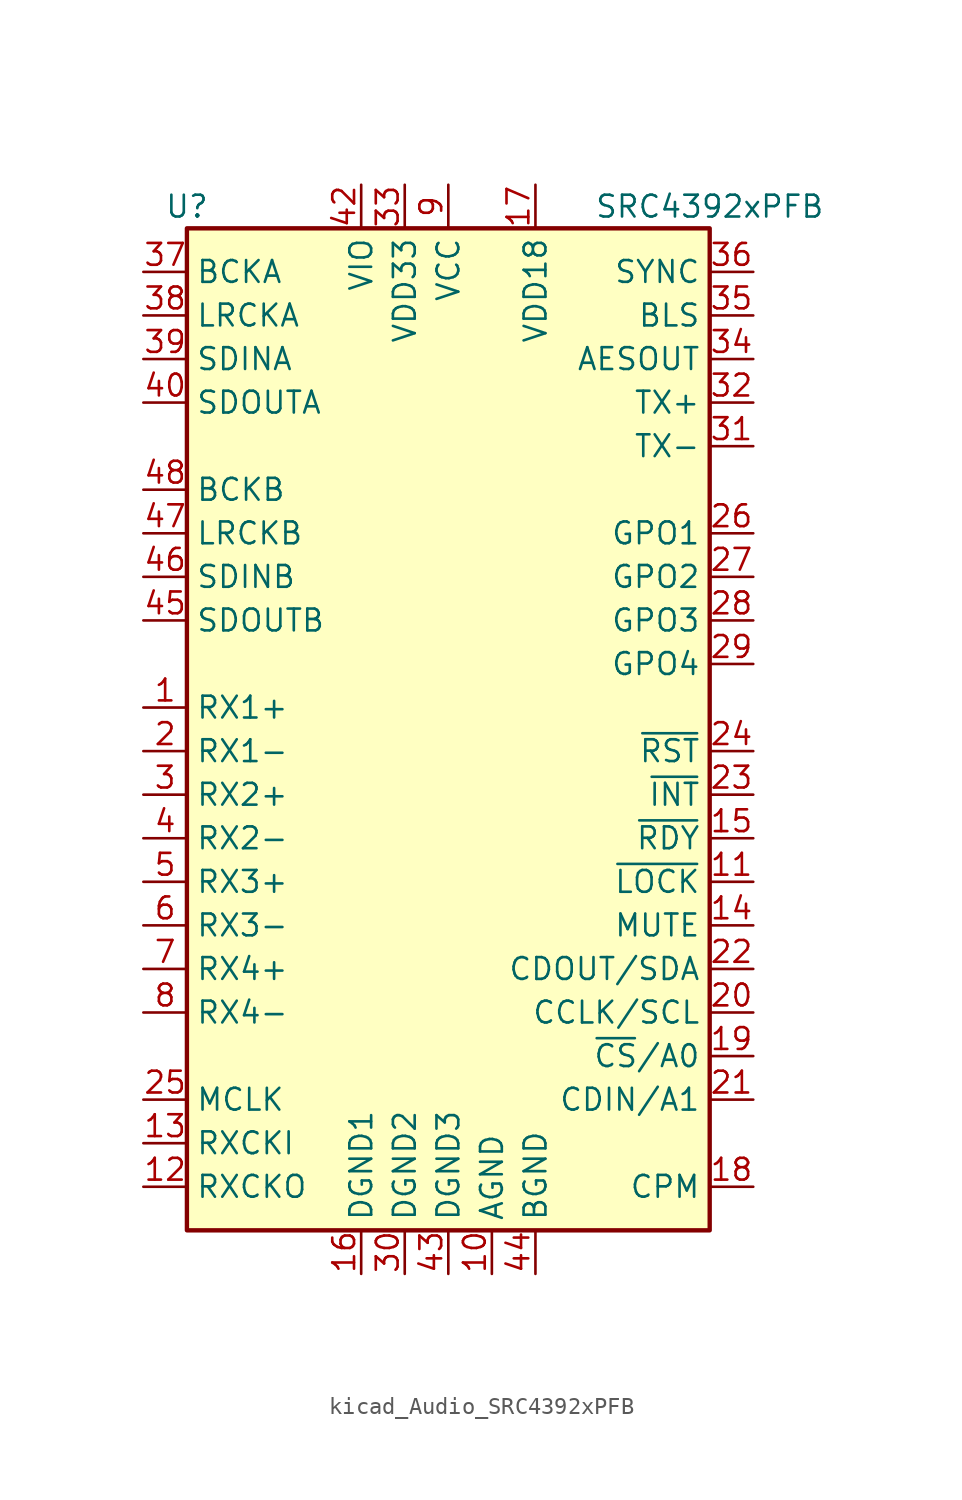
<source format=kicad_sym>
(kicad_symbol_lib
  (version 20220914)
  (generator kicad_symbol_editor)
  (symbol "kicad_Audio_SRC4392xPFB"
    (property "Reference" "U"
      (at -15.24 31.75 0)
      (effects (font (size 1.27 1.27))))
    (property "Value" "SRC4392xPFB"
      (at 15.24 31.75 0)
      (effects (font (size 1.27 1.27))))
    (symbol "kicad_Audio_SRC4392xPFB_0_1"
      (rectangle (start -15.24 30.48) (end 15.24 -27.94) (stroke (width 0.254) (type default)) (fill (type background))))
    (symbol "kicad_Audio_SRC4392xPFB_1_1"
      (pin input line (at -17.78 2.54 0) (length 2.54) (name "RX1+" (effects (font (size 1.27 1.27)))) (number "1" (effects (font (size 1.27 1.27)))))
      (pin power_in line (at 2.54 -30.48 90) (length 2.54) (name "AGND" (effects (font (size 1.27 1.27)))) (number "10" (effects (font (size 1.27 1.27)))))
      (pin output line (at 17.78 -7.62 180) (length 2.54) (name "~{LOCK}" (effects (font (size 1.27 1.27)))) (number "11" (effects (font (size 1.27 1.27)))))
      (pin output line (at -17.78 -25.4 0) (length 2.54) (name "RXCKO" (effects (font (size 1.27 1.27)))) (number "12" (effects (font (size 1.27 1.27)))))
      (pin input line (at -17.78 -22.86 0) (length 2.54) (name "RXCKI" (effects (font (size 1.27 1.27)))) (number "13" (effects (font (size 1.27 1.27)))))
      (pin input line (at 17.78 -10.16 180) (length 2.54) (name "MUTE" (effects (font (size 1.27 1.27)))) (number "14" (effects (font (size 1.27 1.27)))))
      (pin output line (at 17.78 -5.08 180) (length 2.54) (name "~{RDY}" (effects (font (size 1.27 1.27)))) (number "15" (effects (font (size 1.27 1.27)))))
      (pin power_in line (at -5.08 -30.48 90) (length 2.54) (name "DGND1" (effects (font (size 1.27 1.27)))) (number "16" (effects (font (size 1.27 1.27)))))
      (pin power_in line (at 5.08 33.02 270) (length 2.54) (name "VDD18" (effects (font (size 1.27 1.27)))) (number "17" (effects (font (size 1.27 1.27)))))
      (pin input line (at 17.78 -25.4 180) (length 2.54) (name "CPM" (effects (font (size 1.27 1.27)))) (number "18" (effects (font (size 1.27 1.27)))))
      (pin input line (at 17.78 -17.78 180) (length 2.54) (name "~{CS}/A0" (effects (font (size 1.27 1.27)))) (number "19" (effects (font (size 1.27 1.27)))))
      (pin input line (at -17.78 0 0) (length 2.54) (name "RX1-" (effects (font (size 1.27 1.27)))) (number "2" (effects (font (size 1.27 1.27)))))
      (pin input line (at 17.78 -15.24 180) (length 2.54) (name "CCLK/SCL" (effects (font (size 1.27 1.27)))) (number "20" (effects (font (size 1.27 1.27)))))
      (pin input line (at 17.78 -20.32 180) (length 2.54) (name "CDIN/A1" (effects (font (size 1.27 1.27)))) (number "21" (effects (font (size 1.27 1.27)))))
      (pin bidirectional line (at 17.78 -12.7 180) (length 2.54) (name "CDOUT/SDA" (effects (font (size 1.27 1.27)))) (number "22" (effects (font (size 1.27 1.27)))))
      (pin open_collector line (at 17.78 -2.54 180) (length 2.54) (name "~{INT}" (effects (font (size 1.27 1.27)))) (number "23" (effects (font (size 1.27 1.27)))))
      (pin input line (at 17.78 0 180) (length 2.54) (name "~{RST}" (effects (font (size 1.27 1.27)))) (number "24" (effects (font (size 1.27 1.27)))))
      (pin input line (at -17.78 -20.32 0) (length 2.54) (name "MCLK" (effects (font (size 1.27 1.27)))) (number "25" (effects (font (size 1.27 1.27)))))
      (pin output line (at 17.78 12.7 180) (length 2.54) (name "GPO1" (effects (font (size 1.27 1.27)))) (number "26" (effects (font (size 1.27 1.27)))))
      (pin output line (at 17.78 10.16 180) (length 2.54) (name "GPO2" (effects (font (size 1.27 1.27)))) (number "27" (effects (font (size 1.27 1.27)))))
      (pin output line (at 17.78 7.62 180) (length 2.54) (name "GPO3" (effects (font (size 1.27 1.27)))) (number "28" (effects (font (size 1.27 1.27)))))
      (pin output line (at 17.78 5.08 180) (length 2.54) (name "GPO4" (effects (font (size 1.27 1.27)))) (number "29" (effects (font (size 1.27 1.27)))))
      (pin input line (at -17.78 -2.54 0) (length 2.54) (name "RX2+" (effects (font (size 1.27 1.27)))) (number "3" (effects (font (size 1.27 1.27)))))
      (pin power_in line (at -2.54 -30.48 90) (length 2.54) (name "DGND2" (effects (font (size 1.27 1.27)))) (number "30" (effects (font (size 1.27 1.27)))))
      (pin output line (at 17.78 17.78 180) (length 2.54) (name "TX-" (effects (font (size 1.27 1.27)))) (number "31" (effects (font (size 1.27 1.27)))))
      (pin output line (at 17.78 20.32 180) (length 2.54) (name "TX+" (effects (font (size 1.27 1.27)))) (number "32" (effects (font (size 1.27 1.27)))))
      (pin power_in line (at -2.54 33.02 270) (length 2.54) (name "VDD33" (effects (font (size 1.27 1.27)))) (number "33" (effects (font (size 1.27 1.27)))))
      (pin output line (at 17.78 22.86 180) (length 2.54) (name "AESOUT" (effects (font (size 1.27 1.27)))) (number "34" (effects (font (size 1.27 1.27)))))
      (pin bidirectional line (at 17.78 25.4 180) (length 2.54) (name "BLS" (effects (font (size 1.27 1.27)))) (number "35" (effects (font (size 1.27 1.27)))))
      (pin output line (at 17.78 27.94 180) (length 2.54) (name "SYNC" (effects (font (size 1.27 1.27)))) (number "36" (effects (font (size 1.27 1.27)))))
      (pin bidirectional line (at -17.78 27.94 0) (length 2.54) (name "BCKA" (effects (font (size 1.27 1.27)))) (number "37" (effects (font (size 1.27 1.27)))))
      (pin bidirectional line (at -17.78 25.4 0) (length 2.54) (name "LRCKA" (effects (font (size 1.27 1.27)))) (number "38" (effects (font (size 1.27 1.27)))))
      (pin input line (at -17.78 22.86 0) (length 2.54) (name "SDINA" (effects (font (size 1.27 1.27)))) (number "39" (effects (font (size 1.27 1.27)))))
      (pin input line (at -17.78 -5.08 0) (length 2.54) (name "RX2-" (effects (font (size 1.27 1.27)))) (number "4" (effects (font (size 1.27 1.27)))))
      (pin output line (at -17.78 20.32 0) (length 2.54) (name "SDOUTA" (effects (font (size 1.27 1.27)))) (number "40" (effects (font (size 1.27 1.27)))))
      (pin no_connect line (at 10.16 -27.94 90) (length 2.54) hide (name "NC" (effects (font (size 1.27 1.27)))) (number "41" (effects (font (size 1.27 1.27)))))
      (pin power_in line (at -5.08 33.02 270) (length 2.54) (name "VIO" (effects (font (size 1.27 1.27)))) (number "42" (effects (font (size 1.27 1.27)))))
      (pin power_in line (at 0 -30.48 90) (length 2.54) (name "DGND3" (effects (font (size 1.27 1.27)))) (number "43" (effects (font (size 1.27 1.27)))))
      (pin power_in line (at 5.08 -30.48 90) (length 2.54) (name "BGND" (effects (font (size 1.27 1.27)))) (number "44" (effects (font (size 1.27 1.27)))))
      (pin output line (at -17.78 7.62 0) (length 2.54) (name "SDOUTB" (effects (font (size 1.27 1.27)))) (number "45" (effects (font (size 1.27 1.27)))))
      (pin input line (at -17.78 10.16 0) (length 2.54) (name "SDINB" (effects (font (size 1.27 1.27)))) (number "46" (effects (font (size 1.27 1.27)))))
      (pin bidirectional line (at -17.78 12.7 0) (length 2.54) (name "LRCKB" (effects (font (size 1.27 1.27)))) (number "47" (effects (font (size 1.27 1.27)))))
      (pin bidirectional line (at -17.78 15.24 0) (length 2.54) (name "BCKB" (effects (font (size 1.27 1.27)))) (number "48" (effects (font (size 1.27 1.27)))))
      (pin input line (at -17.78 -7.62 0) (length 2.54) (name "RX3+" (effects (font (size 1.27 1.27)))) (number "5" (effects (font (size 1.27 1.27)))))
      (pin input line (at -17.78 -10.16 0) (length 2.54) (name "RX3-" (effects (font (size 1.27 1.27)))) (number "6" (effects (font (size 1.27 1.27)))))
      (pin input line (at -17.78 -12.7 0) (length 2.54) (name "RX4+" (effects (font (size 1.27 1.27)))) (number "7" (effects (font (size 1.27 1.27)))))
      (pin input line (at -17.78 -15.24 0) (length 2.54) (name "RX4-" (effects (font (size 1.27 1.27)))) (number "8" (effects (font (size 1.27 1.27)))))
      (pin power_in line (at 0 33.02 270) (length 2.54) (name "VCC" (effects (font (size 1.27 1.27)))) (number "9" (effects (font (size 1.27 1.27))))))))
</source>
